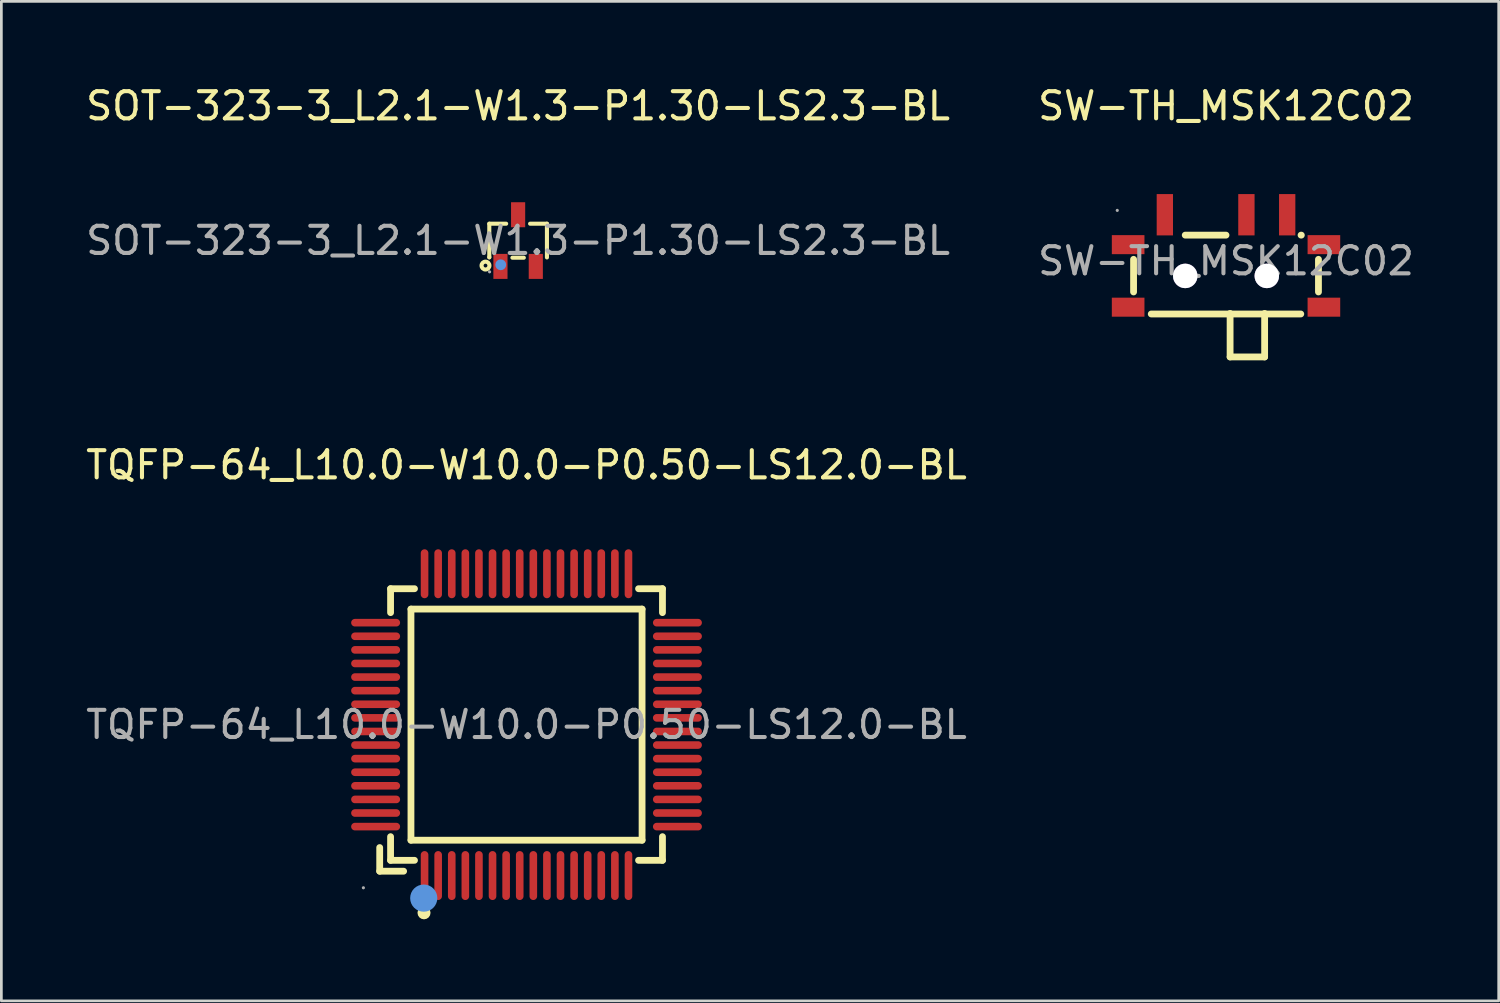
<source format=kicad_pcb>
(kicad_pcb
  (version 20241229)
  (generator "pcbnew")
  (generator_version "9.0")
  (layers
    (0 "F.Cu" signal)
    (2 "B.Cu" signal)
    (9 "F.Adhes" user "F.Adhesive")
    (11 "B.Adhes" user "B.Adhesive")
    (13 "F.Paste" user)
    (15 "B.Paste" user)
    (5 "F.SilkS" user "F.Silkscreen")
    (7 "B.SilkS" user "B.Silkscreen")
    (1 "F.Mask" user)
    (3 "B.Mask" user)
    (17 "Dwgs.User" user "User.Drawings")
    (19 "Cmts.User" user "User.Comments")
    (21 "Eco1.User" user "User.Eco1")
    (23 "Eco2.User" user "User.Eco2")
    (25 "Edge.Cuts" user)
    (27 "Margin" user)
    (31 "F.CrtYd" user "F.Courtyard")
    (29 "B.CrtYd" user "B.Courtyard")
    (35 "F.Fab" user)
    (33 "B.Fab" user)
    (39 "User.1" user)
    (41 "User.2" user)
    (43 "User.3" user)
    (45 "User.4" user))
  (footprint "SW-TH_MSK12C02"
    (layer "F.Cu")
    (at 42.042 6.548)
    (property "Reference" "SW-TH_MSK12C02" (at 0 -5.7 0) (layer "F.SilkS") (effects (font (size 1 1) (thickness 0.15))))
    (attr through_hole)
    (fp_line (start -3.4 -0.06) (end -3.4 1.14) (stroke (width 0.25) (type solid)) (layer "F.SilkS"))
    (fp_line (start -2.75 1.95) (end 2.75 1.95) (stroke (width 0.25) (type solid)) (layer "F.SilkS"))
    (fp_line (start -1.5 -0.95) (end 0 -0.95) (stroke (width 0.25) (type solid)) (layer "F.SilkS"))
    (fp_line (start 0.15 1.93) (end 0.15 3.53) (stroke (width 0.25) (type solid)) (layer "F.SilkS"))
    (fp_line (start 0.15 3.53) (end 1.42 3.53) (stroke (width 0.25) (type solid)) (layer "F.SilkS"))
    (fp_line (start 1.42 3.53) (end 1.42 1.93) (stroke (width 0.25) (type solid)) (layer "F.SilkS"))
    (fp_line (start 2.77 -0.95) (end 2.76 -0.95) (stroke (width 0.25) (type solid)) (layer "F.SilkS"))
    (fp_line (start 3.4 -0.06) (end 3.4 1.14) (stroke (width 0.25) (type solid)) (layer "F.SilkS"))
    (fp_circle (center -1.5 0.55) (end -1.31 0.55) (stroke (width 0.38) (type solid)) (fill no) (layer "Cmts.User"))
    (fp_circle (center 1.5 0.55) (end 1.69 0.55) (stroke (width 0.38) (type solid)) (fill no) (layer "Cmts.User"))
    (fp_circle (center -4 -1.86) (end -3.97 -1.86) (stroke (width 0.06) (type solid)) (fill no) (layer "F.Fab"))
    (fp_text user "${REFERENCE}" (at 0 0 0) (layer "F.Fab") (effects (font (size 1 1) (thickness 0.15))))
    (pad "" thru_hole circle (at -1.5 0.55) (size 0.9 0.9) (drill 0.9) (layers "*.Cu" "*.Mask"))
    (pad "" thru_hole circle (at 1.5 0.55) (size 0.9 0.9) (drill 0.9) (layers "*.Cu" "*.Mask"))
    (pad "1" smd rect (at -2.25 -1.7 90) (size 1.52 0.6) (layers "F.Cu" "F.Mask" "F.Paste"))
    (pad "2" smd rect (at 0.75 -1.7 90) (size 1.52 0.6) (layers "F.Cu" "F.Mask" "F.Paste"))
    (pad "3" smd rect (at 2.25 -1.7 90) (size 1.52 0.6) (layers "F.Cu" "F.Mask" "F.Paste"))
    (pad "4" smd rect (at -3.6 -0.6 180) (size 1.2 0.7) (layers "F.Cu" "F.Mask" "F.Paste"))
    (pad "4" smd rect (at -3.6 1.7 180) (size 1.2 0.7) (layers "F.Cu" "F.Mask" "F.Paste"))
    (pad "4" smd rect (at 3.6 -0.6 180) (size 1.2 0.7) (layers "F.Cu" "F.Mask" "F.Paste"))
    (pad "4" smd rect (at 3.6 1.7 180) (size 1.2 0.7) (layers "F.Cu" "F.Mask" "F.Paste")))
  (footprint "SOT-323-3_L2.1-W1.3-P1.30-LS2.3-BL"
    (layer "F.Cu")
    (at 16.006 5.798)
    (property "Reference" "SOT-323-3_L2.1-W1.3-P1.30-LS2.3-BL" (at 0 -4.95 0) (layer "F.SilkS") (effects (font (size 1 1) (thickness 0.15))))
    (attr smd)
    (fp_line (start -1.06 -0.62) (end -1.06 0.61) (stroke (width 0.15) (type solid)) (layer "F.SilkS"))
    (fp_line (start -1.06 0.61) (end -1.06 0.62) (stroke (width 0.15) (type solid)) (layer "F.SilkS"))
    (fp_line (start -0.44 -0.62) (end -1.06 -0.62) (stroke (width 0.15) (type solid)) (layer "F.SilkS"))
    (fp_line (start -0.21 0.63) (end 0.21 0.63) (stroke (width 0.15) (type solid)) (layer "F.SilkS"))
    (fp_line (start 1.06 -0.62) (end 0.44 -0.62) (stroke (width 0.15) (type solid)) (layer "F.SilkS"))
    (fp_line (start 1.06 -0.62) (end 1.06 0.62) (stroke (width 0.15) (type solid)) (layer "F.SilkS"))
    (fp_circle (center -1.2 0.92) (end -1.13 0.92) (stroke (width 0.15) (type solid)) (fill no) (layer "F.SilkS"))
    (fp_circle (center -0.64 0.89) (end -0.54 0.89) (stroke (width 0.2) (type solid)) (fill no) (layer "Cmts.User"))
    (fp_circle (center -1.05 1.15) (end -1.02 1.15) (stroke (width 0.06) (type solid)) (fill no) (layer "F.Fab"))
    (fp_text user "${REFERENCE}" (at 0 0 0) (layer "F.Fab") (effects (font (size 1 1) (thickness 0.15))))
    (pad "1" smd rect (at -0.65 0.95) (size 0.52 0.92) (layers "F.Cu" "F.Mask" "F.Paste"))
    (pad "2" smd rect (at 0.65 0.95) (size 0.52 0.92) (layers "F.Cu" "F.Mask" "F.Paste"))
    (pad "3" smd rect (at 0 -0.95) (size 0.52 0.92) (layers "F.Cu" "F.Mask" "F.Paste")))
  (footprint "TQFP-64_L10.0-W10.0-P0.50-LS12.0-BL"
    (layer "F.Cu")
    (at 16.315 23.602)
    (property "Reference" "TQFP-64_L10.0-W10.0-P0.50-LS12.0-BL" (at 0 -9.55 0) (layer "F.SilkS") (effects (font (size 1 1) (thickness 0.15))))
    (attr smd)
    (fp_line (start -5.4 4.52) (end -5.4 5.39) (stroke (width 0.25) (type solid)) (layer "F.SilkS"))
    (fp_line (start -5.4 5.39) (end -4.52 5.39) (stroke (width 0.25) (type solid)) (layer "F.SilkS"))
    (fp_line (start -5 -5) (end -5 -4.12) (stroke (width 0.25) (type solid)) (layer "F.SilkS"))
    (fp_line (start -5 4.12) (end -5 4.99) (stroke (width 0.25) (type solid)) (layer "F.SilkS"))
    (fp_line (start -5 4.99) (end -4.12 4.99) (stroke (width 0.25) (type solid)) (layer "F.SilkS"))
    (fp_line (start -4.25 -4.25) (end -4.25 4.25) (stroke (width 0.25) (type solid)) (layer "F.SilkS"))
    (fp_line (start -4.25 4.25) (end 4.25 4.25) (stroke (width 0.25) (type solid)) (layer "F.SilkS"))
    (fp_line (start -4.12 -5) (end -5 -5) (stroke (width 0.25) (type solid)) (layer "F.SilkS"))
    (fp_line (start 4.12 4.99) (end 5 4.99) (stroke (width 0.25) (type solid)) (layer "F.SilkS"))
    (fp_line (start 4.25 -4.25) (end -4.25 -4.25) (stroke (width 0.25) (type solid)) (layer "F.SilkS"))
    (fp_line (start 4.25 4.25) (end 4.25 -4.25) (stroke (width 0.25) (type solid)) (layer "F.SilkS"))
    (fp_line (start 5 -5) (end 4.12 -5) (stroke (width 0.25) (type solid)) (layer "F.SilkS"))
    (fp_line (start 5 -4.12) (end 5 -5) (stroke (width 0.25) (type solid)) (layer "F.SilkS"))
    (fp_line (start 5 4.99) (end 5 4.12) (stroke (width 0.25) (type solid)) (layer "F.SilkS"))
    (fp_circle (center -3.77 6.92) (end -3.65 6.92) (stroke (width 0.24) (type solid)) (fill no) (layer "F.SilkS"))
    (fp_circle (center -3.78 6.38) (end -3.53 6.38) (stroke (width 0.5) (type solid)) (fill no) (layer "Cmts.User"))
    (fp_circle (center -6 6) (end -5.97 6) (stroke (width 0.06) (type solid)) (fill no) (layer "F.Fab"))
    (fp_text user "${REFERENCE}" (at 0 0 0) (layer "F.Fab") (effects (font (size 1 1) (thickness 0.15))))
    (pad "1" smd oval (at -3.75 5.55) (size 0.28 1.8) (layers "F.Cu" "F.Mask" "F.Paste"))
    (pad "2" smd oval (at -3.25 5.55) (size 0.28 1.8) (layers "F.Cu" "F.Mask" "F.Paste"))
    (pad "3" smd oval (at -2.75 5.55) (size 0.28 1.8) (layers "F.Cu" "F.Mask" "F.Paste"))
    (pad "4" smd oval (at -2.25 5.55) (size 0.28 1.8) (layers "F.Cu" "F.Mask" "F.Paste"))
    (pad "5" smd oval (at -1.75 5.55) (size 0.28 1.8) (layers "F.Cu" "F.Mask" "F.Paste"))
    (pad "6" smd oval (at -1.25 5.55) (size 0.28 1.8) (layers "F.Cu" "F.Mask" "F.Paste"))
    (pad "7" smd oval (at -0.75 5.55) (size 0.28 1.8) (layers "F.Cu" "F.Mask" "F.Paste"))
    (pad "8" smd oval (at -0.25 5.55) (size 0.28 1.8) (layers "F.Cu" "F.Mask" "F.Paste"))
    (pad "9" smd oval (at 0.25 5.55) (size 0.28 1.8) (layers "F.Cu" "F.Mask" "F.Paste"))
    (pad "10" smd oval (at 0.75 5.55) (size 0.28 1.8) (layers "F.Cu" "F.Mask" "F.Paste"))
    (pad "11" smd oval (at 1.25 5.55) (size 0.28 1.8) (layers "F.Cu" "F.Mask" "F.Paste"))
    (pad "12" smd oval (at 1.75 5.55) (size 0.28 1.8) (layers "F.Cu" "F.Mask" "F.Paste"))
    (pad "13" smd oval (at 2.25 5.55) (size 0.28 1.8) (layers "F.Cu" "F.Mask" "F.Paste"))
    (pad "14" smd oval (at 2.75 5.55) (size 0.28 1.8) (layers "F.Cu" "F.Mask" "F.Paste"))
    (pad "15" smd oval (at 3.25 5.55) (size 0.28 1.8) (layers "F.Cu" "F.Mask" "F.Paste"))
    (pad "16" smd oval (at 3.75 5.55) (size 0.28 1.8) (layers "F.Cu" "F.Mask" "F.Paste"))
    (pad "17" smd oval (at 5.55 3.75) (size 1.8 0.28) (layers "F.Cu" "F.Mask" "F.Paste"))
    (pad "18" smd oval (at 5.55 3.25) (size 1.8 0.28) (layers "F.Cu" "F.Mask" "F.Paste"))
    (pad "19" smd oval (at 5.55 2.75) (size 1.8 0.28) (layers "F.Cu" "F.Mask" "F.Paste"))
    (pad "20" smd oval (at 5.55 2.25) (size 1.8 0.28) (layers "F.Cu" "F.Mask" "F.Paste"))
    (pad "21" smd oval (at 5.55 1.75) (size 1.8 0.28) (layers "F.Cu" "F.Mask" "F.Paste"))
    (pad "22" smd oval (at 5.55 1.25) (size 1.8 0.28) (layers "F.Cu" "F.Mask" "F.Paste"))
    (pad "23" smd oval (at 5.55 0.75) (size 1.8 0.28) (layers "F.Cu" "F.Mask" "F.Paste"))
    (pad "24" smd oval (at 5.55 0.25) (size 1.8 0.28) (layers "F.Cu" "F.Mask" "F.Paste"))
    (pad "25" smd oval (at 5.55 -0.25) (size 1.8 0.28) (layers "F.Cu" "F.Mask" "F.Paste"))
    (pad "26" smd oval (at 5.55 -0.75) (size 1.8 0.28) (layers "F.Cu" "F.Mask" "F.Paste"))
    (pad "27" smd oval (at 5.55 -1.25) (size 1.8 0.28) (layers "F.Cu" "F.Mask" "F.Paste"))
    (pad "28" smd oval (at 5.55 -1.75) (size 1.8 0.28) (layers "F.Cu" "F.Mask" "F.Paste"))
    (pad "29" smd oval (at 5.55 -2.25) (size 1.8 0.28) (layers "F.Cu" "F.Mask" "F.Paste"))
    (pad "30" smd oval (at 5.55 -2.75) (size 1.8 0.28) (layers "F.Cu" "F.Mask" "F.Paste"))
    (pad "31" smd oval (at 5.55 -3.25) (size 1.8 0.28) (layers "F.Cu" "F.Mask" "F.Paste"))
    (pad "32" smd oval (at 5.55 -3.75) (size 1.8 0.28) (layers "F.Cu" "F.Mask" "F.Paste"))
    (pad "33" smd oval (at 3.75 -5.55) (size 0.28 1.8) (layers "F.Cu" "F.Mask" "F.Paste"))
    (pad "34" smd oval (at 3.25 -5.55) (size 0.28 1.8) (layers "F.Cu" "F.Mask" "F.Paste"))
    (pad "35" smd oval (at 2.75 -5.55) (size 0.28 1.8) (layers "F.Cu" "F.Mask" "F.Paste"))
    (pad "36" smd oval (at 2.25 -5.55) (size 0.28 1.8) (layers "F.Cu" "F.Mask" "F.Paste"))
    (pad "37" smd oval (at 1.75 -5.55) (size 0.28 1.8) (layers "F.Cu" "F.Mask" "F.Paste"))
    (pad "38" smd oval (at 1.25 -5.55) (size 0.28 1.8) (layers "F.Cu" "F.Mask" "F.Paste"))
    (pad "39" smd oval (at 0.75 -5.55) (size 0.28 1.8) (layers "F.Cu" "F.Mask" "F.Paste"))
    (pad "40" smd oval (at 0.25 -5.55) (size 0.28 1.8) (layers "F.Cu" "F.Mask" "F.Paste"))
    (pad "41" smd oval (at -0.25 -5.55) (size 0.28 1.8) (layers "F.Cu" "F.Mask" "F.Paste"))
    (pad "42" smd oval (at -0.75 -5.55) (size 0.28 1.8) (layers "F.Cu" "F.Mask" "F.Paste"))
    (pad "43" smd oval (at -1.25 -5.55) (size 0.28 1.8) (layers "F.Cu" "F.Mask" "F.Paste"))
    (pad "44" smd oval (at -1.75 -5.55) (size 0.28 1.8) (layers "F.Cu" "F.Mask" "F.Paste"))
    (pad "45" smd oval (at -2.25 -5.55) (size 0.28 1.8) (layers "F.Cu" "F.Mask" "F.Paste"))
    (pad "46" smd oval (at -2.75 -5.55) (size 0.28 1.8) (layers "F.Cu" "F.Mask" "F.Paste"))
    (pad "47" smd oval (at -3.25 -5.55) (size 0.28 1.8) (layers "F.Cu" "F.Mask" "F.Paste"))
    (pad "48" smd oval (at -3.75 -5.55) (size 0.28 1.8) (layers "F.Cu" "F.Mask" "F.Paste"))
    (pad "49" smd oval (at -5.55 -3.75) (size 1.8 0.28) (layers "F.Cu" "F.Mask" "F.Paste"))
    (pad "50" smd oval (at -5.55 -3.25) (size 1.8 0.28) (layers "F.Cu" "F.Mask" "F.Paste"))
    (pad "51" smd oval (at -5.55 -2.75) (size 1.8 0.28) (layers "F.Cu" "F.Mask" "F.Paste"))
    (pad "52" smd oval (at -5.55 -2.25) (size 1.8 0.28) (layers "F.Cu" "F.Mask" "F.Paste"))
    (pad "53" smd oval (at -5.55 -1.75) (size 1.8 0.28) (layers "F.Cu" "F.Mask" "F.Paste"))
    (pad "54" smd oval (at -5.55 -1.25) (size 1.8 0.28) (layers "F.Cu" "F.Mask" "F.Paste"))
    (pad "55" smd oval (at -5.55 -0.75) (size 1.8 0.28) (layers "F.Cu" "F.Mask" "F.Paste"))
    (pad "56" smd oval (at -5.55 -0.25) (size 1.8 0.28) (layers "F.Cu" "F.Mask" "F.Paste"))
    (pad "57" smd oval (at -5.55 0.25) (size 1.8 0.28) (layers "F.Cu" "F.Mask" "F.Paste"))
    (pad "58" smd oval (at -5.55 0.75) (size 1.8 0.28) (layers "F.Cu" "F.Mask" "F.Paste"))
    (pad "59" smd oval (at -5.55 1.25) (size 1.8 0.28) (layers "F.Cu" "F.Mask" "F.Paste"))
    (pad "60" smd oval (at -5.55 1.75) (size 1.8 0.28) (layers "F.Cu" "F.Mask" "F.Paste"))
    (pad "61" smd oval (at -5.55 2.25) (size 1.8 0.28) (layers "F.Cu" "F.Mask" "F.Paste"))
    (pad "62" smd oval (at -5.55 2.75) (size 1.8 0.28) (layers "F.Cu" "F.Mask" "F.Paste"))
    (pad "63" smd oval (at -5.55 3.25) (size 1.8 0.28) (layers "F.Cu" "F.Mask" "F.Paste"))
    (pad "64" smd oval (at -5.55 3.75) (size 1.8 0.28) (layers "F.Cu" "F.Mask" "F.Paste")))
  (gr_rect
    (start -3 -3)
    (end 52.071 33.761)
    (stroke (width 0.1) (type default))
    (fill no)
    (layer "Edge.Cuts")))
</source>
